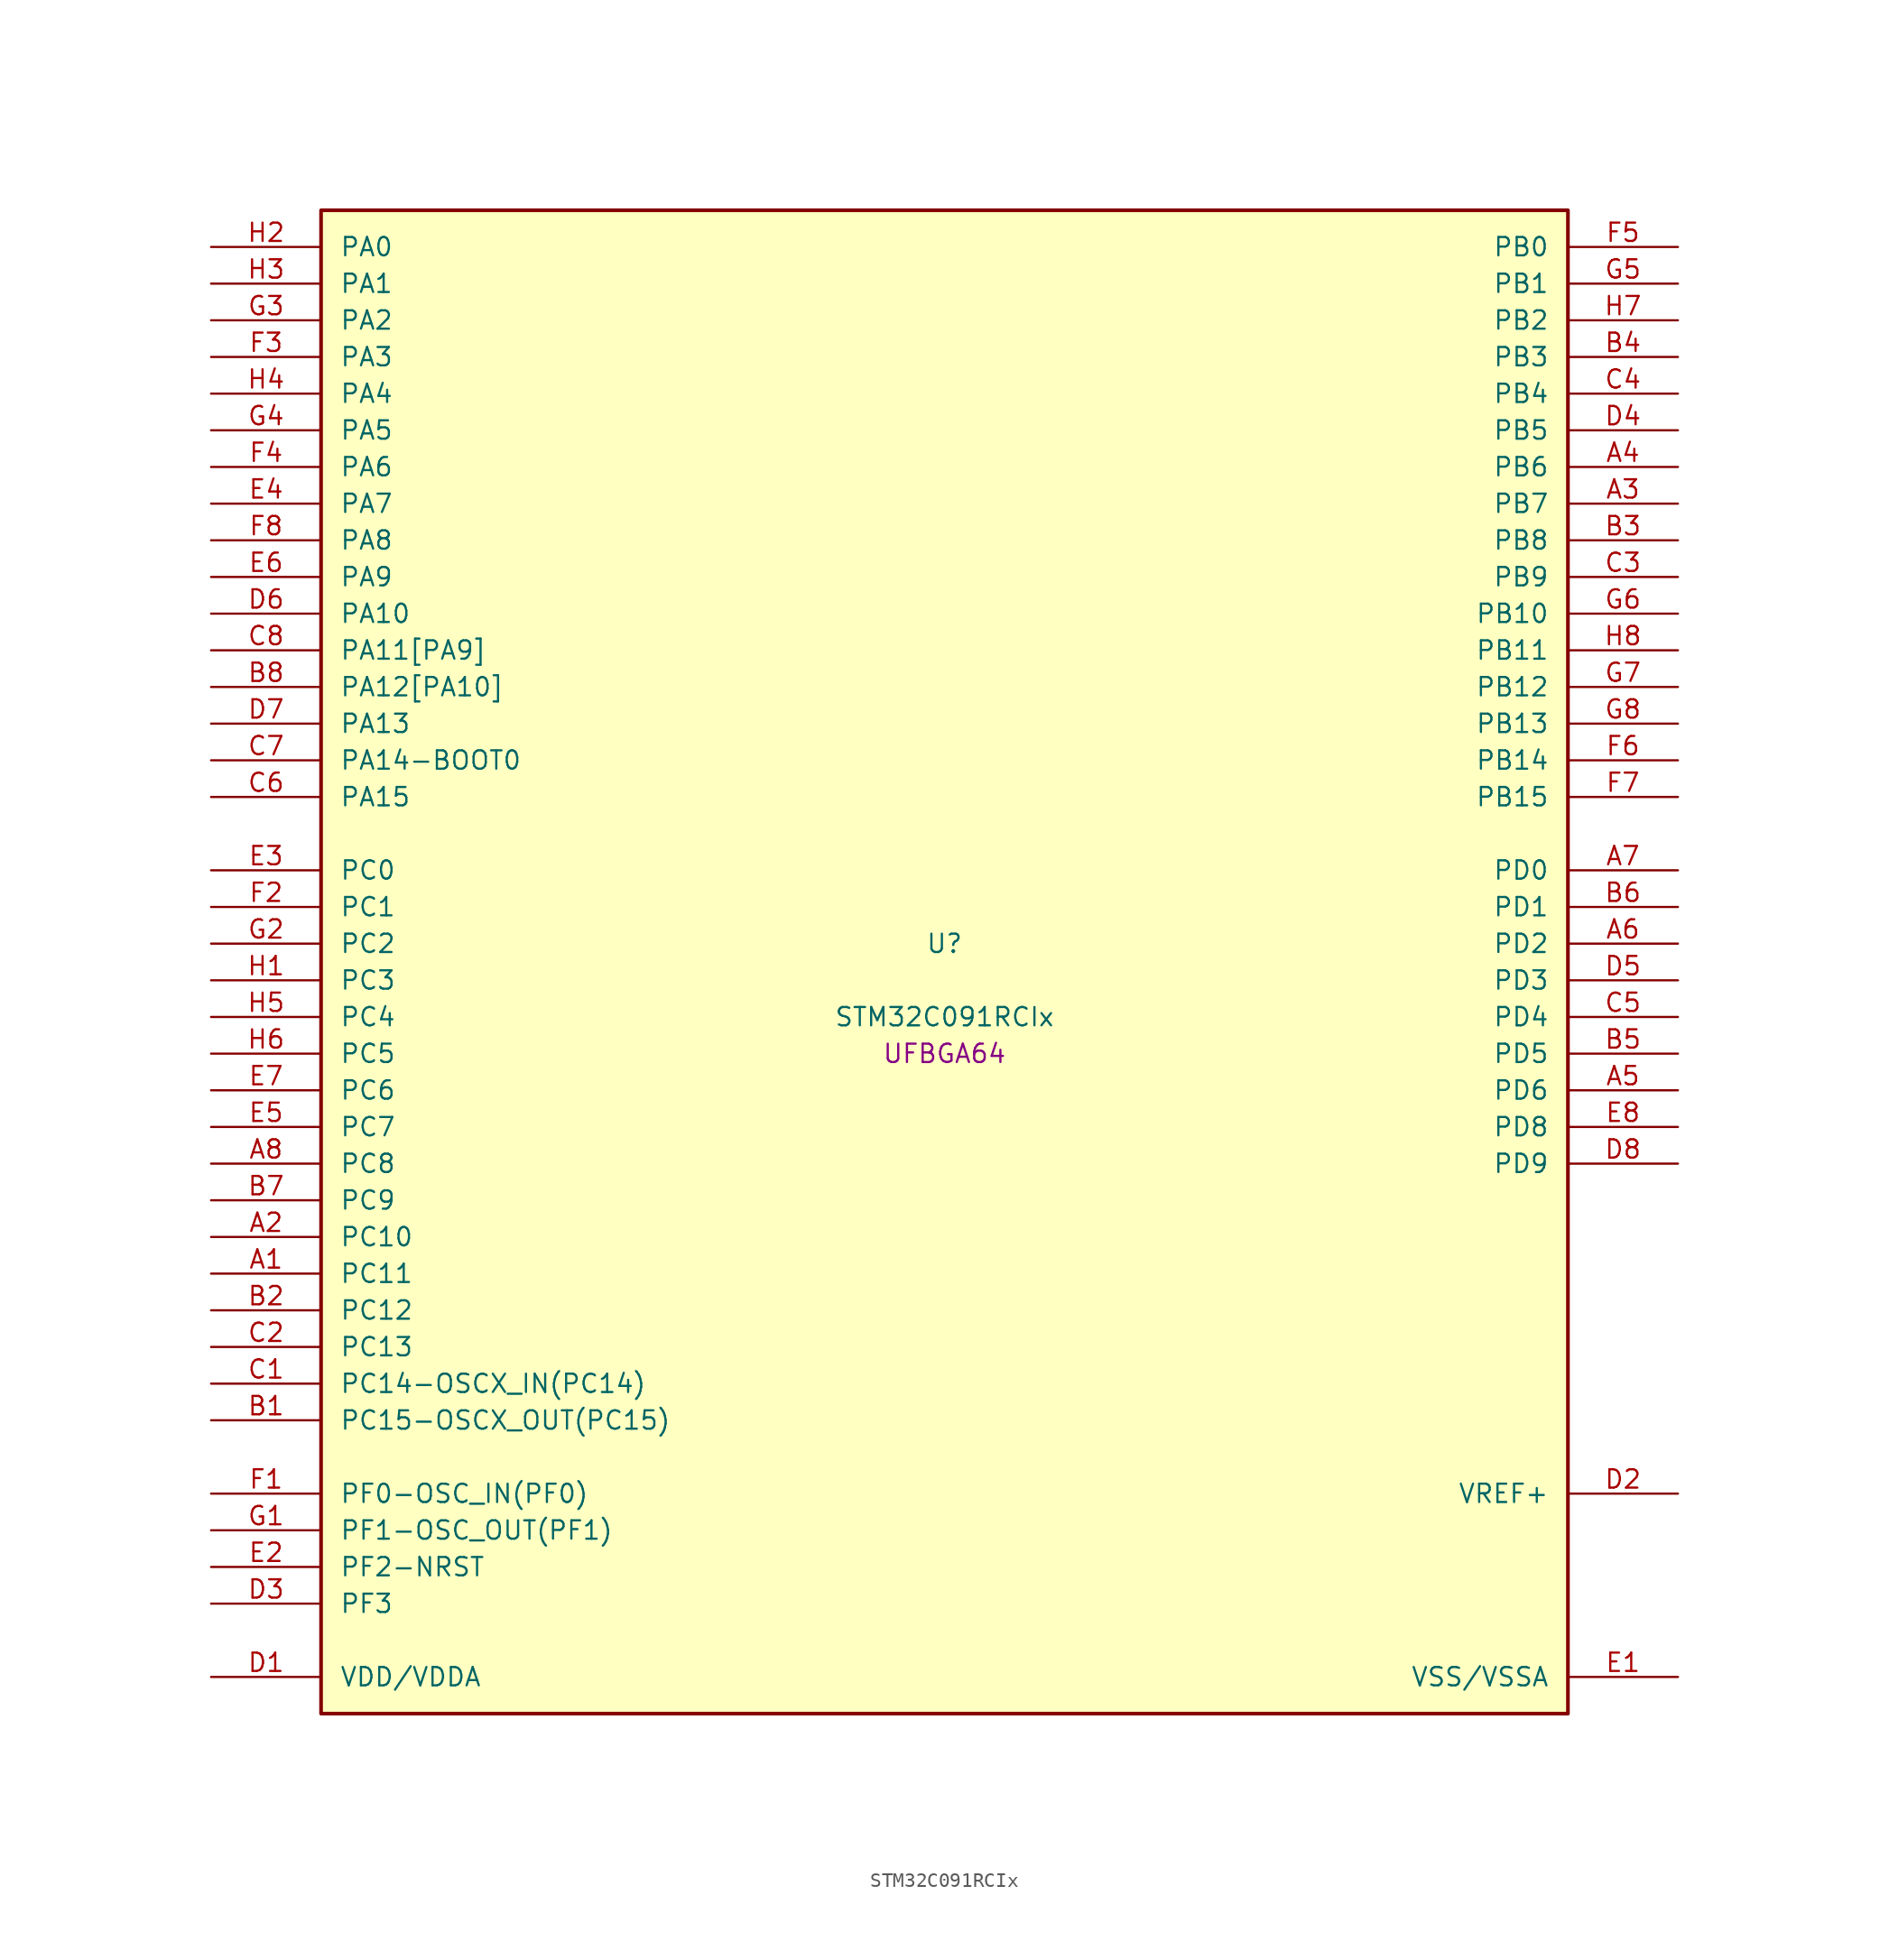
<source format=kicad_sym>
(kicad_symbol_lib
  (version 20241209)
  (generator "stm32_pkl_generator")
  (generator_version "1.0")
  (symbol "STM32C091RCIx"
    (pin_names
      (offset 1.27))
    (property "Reference" "U"
      (at 0 2.54 0))
    (property "Value" "STM32C091RCIx"
      (at 0 -2.54 0))
    (property "Footprint" "UFBGA64"
      (at 0 -5.08 0))
    (symbol "STM32C091RCIx_1_1"
      (rectangle (start -43.18 53.34) (end 43.18 -50.8) (stroke (width 0.254) (type solid)) (fill (type background)))
      (pin bidirectional line (at -50.8 50.8 0) (length 7.62) (name "PA0") (number "H2") (alternate "PA0/ADC1_IN0" bidirectional line) (alternate "PA0/PWR_WKUP1" bidirectional line) (alternate "PA0/SPI2_SCK" bidirectional line) (alternate "PA0/TIM16_CH1" bidirectional line) (alternate "PA0/TIM1_CH1" bidirectional line) (alternate "PA0/TIM2_CH1" bidirectional line) (alternate "PA0/TIM2_ETR" bidirectional line) (alternate "PA0/USART1_TX" bidirectional line) (alternate "PA0/USART2_CTS" bidirectional line) (alternate "PA0/USART2_NSS" bidirectional line) (alternate "PA0/USART4_TX" bidirectional line))
      (pin bidirectional line (at -50.8 48.26 0) (length 7.62) (name "PA1") (number "H3") (alternate "PA1/ADC1_IN1" bidirectional line) (alternate "PA1/I2C1_SMBA" bidirectional line) (alternate "PA1/I2S1_CK" bidirectional line) (alternate "PA1/SPI1_SCK" bidirectional line) (alternate "PA1/TIM15_CH1N" bidirectional line) (alternate "PA1/TIM17_CH1" bidirectional line) (alternate "PA1/TIM1_CH2" bidirectional line) (alternate "PA1/TIM2_CH2" bidirectional line) (alternate "PA1/USART1_RX" bidirectional line) (alternate "PA1/USART2_CK" bidirectional line) (alternate "PA1/USART2_DE" bidirectional line) (alternate "PA1/USART2_RTS" bidirectional line) (alternate "PA1/USART4_RX" bidirectional line))
      (pin bidirectional line (at -50.8 45.72 0) (length 7.62) (name "PA2") (number "G3") (alternate "PA2/ADC1_IN2" bidirectional line) (alternate "PA2/I2S1_SD" bidirectional line) (alternate "PA2/PWR_WKUP4" bidirectional line) (alternate "PA2/RCC_LSCO" bidirectional line) (alternate "PA2/SPI1_MOSI" bidirectional line) (alternate "PA2/TIM15_CH1" bidirectional line) (alternate "PA2/TIM16_CH1N" bidirectional line) (alternate "PA2/TIM1_CH3" bidirectional line) (alternate "PA2/TIM2_CH3" bidirectional line) (alternate "PA2/TIM3_ETR" bidirectional line) (alternate "PA2/USART2_TX" bidirectional line))
      (pin bidirectional line (at -50.8 43.18 0) (length 7.62) (name "PA3") (number "F3") (alternate "PA3/ADC1_IN3" bidirectional line) (alternate "PA3/SPI2_MISO" bidirectional line) (alternate "PA3/TIM15_CH2" bidirectional line) (alternate "PA3/TIM1_CH1N" bidirectional line) (alternate "PA3/TIM1_CH4" bidirectional line) (alternate "PA3/TIM2_CH4" bidirectional line) (alternate "PA3/USART2_RX" bidirectional line))
      (pin bidirectional line (at -50.8 40.64 0) (length 7.62) (name "PA4") (number "H4") (alternate "PA4/ADC1_IN4" bidirectional line) (alternate "PA4/I2S1_WS" bidirectional line) (alternate "PA4/RTC_OUT2" bidirectional line) (alternate "PA4/SPI1_NSS" bidirectional line) (alternate "PA4/SPI2_MOSI" bidirectional line) (alternate "PA4/TIM14_CH1" bidirectional line) (alternate "PA4/TIM17_CH1N" bidirectional line) (alternate "PA4/TIM1_CH2N" bidirectional line) (alternate "PA4/USART2_TX" bidirectional line))
      (pin bidirectional line (at -50.8 38.1 0) (length 7.62) (name "PA5") (number "G4") (alternate "PA5/ADC1_IN5" bidirectional line) (alternate "PA5/I2S1_CK" bidirectional line) (alternate "PA5/SPI1_SCK" bidirectional line) (alternate "PA5/TIM1_CH1" bidirectional line) (alternate "PA5/TIM1_CH3N" bidirectional line) (alternate "PA5/TIM2_CH1" bidirectional line) (alternate "PA5/TIM2_ETR" bidirectional line) (alternate "PA5/USART2_RX" bidirectional line) (alternate "PA5/USART3_TX" bidirectional line))
      (pin bidirectional line (at -50.8 35.56 0) (length 7.62) (name "PA6") (number "F4") (alternate "PA6/ADC1_IN6" bidirectional line) (alternate "PA6/I2C2_SDA" bidirectional line) (alternate "PA6/I2S1_MCK" bidirectional line) (alternate "PA6/SPI1_MISO" bidirectional line) (alternate "PA6/TIM16_CH1" bidirectional line) (alternate "PA6/TIM1_BKIN" bidirectional line) (alternate "PA6/TIM3_CH1" bidirectional line) (alternate "PA6/USART3_CTS" bidirectional line) (alternate "PA6/USART3_NSS" bidirectional line))
      (pin bidirectional line (at -50.8 33.02 0) (length 7.62) (name "PA7") (number "E4") (alternate "PA7/ADC1_IN7" bidirectional line) (alternate "PA7/I2C2_SCL" bidirectional line) (alternate "PA7/I2S1_SD" bidirectional line) (alternate "PA7/SPI1_MOSI" bidirectional line) (alternate "PA7/TIM14_CH1" bidirectional line) (alternate "PA7/TIM17_CH1" bidirectional line) (alternate "PA7/TIM1_CH1N" bidirectional line) (alternate "PA7/TIM3_CH2" bidirectional line))
      (pin bidirectional line (at -50.8 30.48 0) (length 7.62) (name "PA8") (number "F8") (alternate "PA8/ADC1_IN8" bidirectional line) (alternate "PA8/I2S1_WS" bidirectional line) (alternate "PA8/RCC_MCO" bidirectional line) (alternate "PA8/RCC_MCO_2" bidirectional line) (alternate "PA8/SPI1_NSS" bidirectional line) (alternate "PA8/SPI2_MISO" bidirectional line) (alternate "PA8/SPI2_NSS" bidirectional line) (alternate "PA8/TIM14_CH1" bidirectional line) (alternate "PA8/TIM1_CH1" bidirectional line) (alternate "PA8/TIM1_CH2N" bidirectional line) (alternate "PA8/TIM1_CH3N" bidirectional line) (alternate "PA8/TIM3_CH3" bidirectional line) (alternate "PA8/TIM3_CH4" bidirectional line) (alternate "PA8/USART1_RX" bidirectional line) (alternate "PA8/USART2_TX" bidirectional line))
      (pin bidirectional line (at -50.8 27.94 0) (length 7.62) (name "PA9") (number "E6") (alternate "PA9/I2C1_SCL" bidirectional line) (alternate "PA9/I2C2_SCL" bidirectional line) (alternate "PA9/RCC_MCO" bidirectional line) (alternate "PA9/SPI2_MISO" bidirectional line) (alternate "PA9/TIM15_BKIN" bidirectional line) (alternate "PA9/TIM1_CH2" bidirectional line) (alternate "PA9/TIM3_ETR" bidirectional line) (alternate "PA9/USART1_TX" bidirectional line) (alternate "PA9/NC" bidirectional line))
      (pin bidirectional line (at -50.8 25.4 0) (length 7.62) (name "PA10") (number "D6") (alternate "PA10/I2C1_SDA" bidirectional line) (alternate "PA10/I2C2_SDA" bidirectional line) (alternate "PA10/RCC_MCO_2" bidirectional line) (alternate "PA10/SPI2_MOSI" bidirectional line) (alternate "PA10/TIM17_BKIN" bidirectional line) (alternate "PA10/TIM1_CH3" bidirectional line) (alternate "PA10/USART1_RX" bidirectional line) (alternate "PA10/NC" bidirectional line))
      (pin bidirectional line (at -50.8 22.86 0) (length 7.62) (name "PA11[PA9]") (number "C8") (alternate "PA11[PA9]/ADC1_EXTI11" bidirectional line) (alternate "PA11[PA9]/I2C2_SCL" bidirectional line) (alternate "PA11[PA9]/I2S1_MCK" bidirectional line) (alternate "PA11[PA9]/SPI1_MISO" bidirectional line) (alternate "PA11[PA9]/TIM1_BKIN2" bidirectional line) (alternate "PA11[PA9]/TIM1_CH4" bidirectional line) (alternate "PA11[PA9]/USART1_CTS" bidirectional line) (alternate "PA11[PA9]/USART1_NSS" bidirectional line) (alternate "PA11[PA9]/PA9[PA11]" bidirectional line) (alternate "PA11[PA9]/I2C1_SCL" bidirectional line) (alternate "PA11[PA9]/RCC_MCO" bidirectional line) (alternate "PA11[PA9]/SPI2_MISO" bidirectional line) (alternate "PA11[PA9]/TIM15_BKIN" bidirectional line) (alternate "PA11[PA9]/TIM1_CH2" bidirectional line) (alternate "PA11[PA9]/TIM3_ETR" bidirectional line) (alternate "PA11[PA9]/USART1_TX" bidirectional line))
      (pin bidirectional line (at -50.8 20.32 0) (length 7.62) (name "PA12[PA10]") (number "B8") (alternate "PA12[PA10]/I2C2_SDA" bidirectional line) (alternate "PA12[PA10]/I2S1_SD" bidirectional line) (alternate "PA12[PA10]/I2S_CKIN" bidirectional line) (alternate "PA12[PA10]/SPI1_MOSI" bidirectional line) (alternate "PA12[PA10]/TIM1_ETR" bidirectional line) (alternate "PA12[PA10]/USART1_CK" bidirectional line) (alternate "PA12[PA10]/USART1_DE" bidirectional line) (alternate "PA12[PA10]/USART1_RTS" bidirectional line) (alternate "PA12[PA10]/PA10[PA12]" bidirectional line) (alternate "PA12[PA10]/I2C1_SDA" bidirectional line) (alternate "PA12[PA10]/RCC_MCO_2" bidirectional line) (alternate "PA12[PA10]/SPI2_MOSI" bidirectional line) (alternate "PA12[PA10]/TIM17_BKIN" bidirectional line) (alternate "PA12[PA10]/TIM1_CH3" bidirectional line) (alternate "PA12[PA10]/USART1_RX" bidirectional line))
      (pin bidirectional line (at -50.8 17.78 0) (length 7.62) (name "PA13") (number "D7") (alternate "PA13/ADC1_IN13" bidirectional line) (alternate "PA13/DEBUG_SWDIO" bidirectional line) (alternate "PA13/IR_OUT" bidirectional line) (alternate "PA13/TIM3_ETR" bidirectional line) (alternate "PA13/USART2_RX" bidirectional line))
      (pin bidirectional line (at -50.8 15.24 0) (length 7.62) (name "PA14-BOOT0") (number "C7") (alternate "PA14-BOOT0/ADC1_IN14" bidirectional line) (alternate "PA14-BOOT0/BOOT0" bidirectional line) (alternate "PA14-BOOT0/DEBUG_SWCLK" bidirectional line) (alternate "PA14-BOOT0/I2S1_WS" bidirectional line) (alternate "PA14-BOOT0/RCC_MCO_2" bidirectional line) (alternate "PA14-BOOT0/SPI1_NSS" bidirectional line) (alternate "PA14-BOOT0/TIM1_CH1" bidirectional line) (alternate "PA14-BOOT0/USART1_CK" bidirectional line) (alternate "PA14-BOOT0/USART1_DE" bidirectional line) (alternate "PA14-BOOT0/USART1_RTS" bidirectional line) (alternate "PA14-BOOT0/USART2_RX" bidirectional line) (alternate "PA14-BOOT0/USART2_TX" bidirectional line))
      (pin bidirectional line (at -50.8 12.7 0) (length 7.62) (name "PA15") (number "C6") (alternate "PA15/I2S1_WS" bidirectional line) (alternate "PA15/RCC_MCO_2" bidirectional line) (alternate "PA15/SPI1_NSS" bidirectional line) (alternate "PA15/TIM1_CH1" bidirectional line) (alternate "PA15/TIM2_CH1" bidirectional line) (alternate "PA15/TIM2_ETR" bidirectional line) (alternate "PA15/USART1_CK" bidirectional line) (alternate "PA15/USART1_DE" bidirectional line) (alternate "PA15/USART1_RTS" bidirectional line) (alternate "PA15/USART2_RX" bidirectional line) (alternate "PA15/USART3_CK" bidirectional line) (alternate "PA15/USART3_DE" bidirectional line) (alternate "PA15/USART3_RTS" bidirectional line) (alternate "PA15/USART4_CK" bidirectional line) (alternate "PA15/USART4_DE" bidirectional line) (alternate "PA15/USART4_RTS" bidirectional line))
      (pin bidirectional line (at 50.8 50.8 180) (length 7.62) (name "PB0") (number "F5") (alternate "PB0/ADC1_IN17" bidirectional line) (alternate "PB0/I2S1_WS" bidirectional line) (alternate "PB0/SPI1_NSS" bidirectional line) (alternate "PB0/TIM1_CH2N" bidirectional line) (alternate "PB0/TIM3_CH3" bidirectional line) (alternate "PB0/USART3_RX" bidirectional line))
      (pin bidirectional line (at 50.8 48.26 180) (length 7.62) (name "PB1") (number "G5") (alternate "PB1/ADC1_IN18" bidirectional line) (alternate "PB1/TIM14_CH1" bidirectional line) (alternate "PB1/TIM1_CH2N" bidirectional line) (alternate "PB1/TIM1_CH3N" bidirectional line) (alternate "PB1/TIM3_CH4" bidirectional line) (alternate "PB1/USART3_CK" bidirectional line) (alternate "PB1/USART3_DE" bidirectional line) (alternate "PB1/USART3_RTS" bidirectional line))
      (pin bidirectional line (at 50.8 45.72 180) (length 7.62) (name "PB2") (number "H7") (alternate "PB2/ADC1_IN19" bidirectional line) (alternate "PB2/RCC_MCO_2" bidirectional line) (alternate "PB2/SPI2_MISO" bidirectional line) (alternate "PB2/USART1_RX" bidirectional line) (alternate "PB2/USART3_TX" bidirectional line))
      (pin bidirectional line (at 50.8 43.18 180) (length 7.62) (name "PB3") (number "B4") (alternate "PB3/I2C2_SCL" bidirectional line) (alternate "PB3/I2S1_CK" bidirectional line) (alternate "PB3/SPI1_SCK" bidirectional line) (alternate "PB3/TIM1_CH2" bidirectional line) (alternate "PB3/TIM2_CH2" bidirectional line) (alternate "PB3/TIM3_CH2" bidirectional line) (alternate "PB3/USART1_CK" bidirectional line) (alternate "PB3/USART1_DE" bidirectional line) (alternate "PB3/USART1_RTS" bidirectional line))
      (pin bidirectional line (at 50.8 40.64 180) (length 7.62) (name "PB4") (number "C4") (alternate "PB4/I2C2_SDA" bidirectional line) (alternate "PB4/I2S1_MCK" bidirectional line) (alternate "PB4/SPI1_MISO" bidirectional line) (alternate "PB4/TIM17_BKIN" bidirectional line) (alternate "PB4/TIM3_CH1" bidirectional line) (alternate "PB4/USART1_CTS" bidirectional line) (alternate "PB4/USART1_NSS" bidirectional line))
      (pin bidirectional line (at 50.8 38.1 180) (length 7.62) (name "PB5") (number "D4") (alternate "PB5/I2C1_SMBA" bidirectional line) (alternate "PB5/I2S1_SD" bidirectional line) (alternate "PB5/PWR_WKUP6" bidirectional line) (alternate "PB5/SPI1_MOSI" bidirectional line) (alternate "PB5/TIM16_BKIN" bidirectional line) (alternate "PB5/TIM3_CH2" bidirectional line) (alternate "PB5/TIM3_CH3" bidirectional line))
      (pin bidirectional line (at 50.8 35.56 180) (length 7.62) (name "PB6") (number "A4") (alternate "PB6/I2C1_SCL" bidirectional line) (alternate "PB6/I2C1_SMBA" bidirectional line) (alternate "PB6/I2S1_CK" bidirectional line) (alternate "PB6/I2S1_MCK" bidirectional line) (alternate "PB6/I2S1_SD" bidirectional line) (alternate "PB6/PWR_WKUP3" bidirectional line) (alternate "PB6/SPI1_MISO" bidirectional line) (alternate "PB6/SPI1_MOSI" bidirectional line) (alternate "PB6/SPI1_SCK" bidirectional line) (alternate "PB6/SPI2_MISO" bidirectional line) (alternate "PB6/TIM16_BKIN" bidirectional line) (alternate "PB6/TIM16_CH1N" bidirectional line) (alternate "PB6/TIM1_CH2" bidirectional line) (alternate "PB6/TIM1_CH3" bidirectional line) (alternate "PB6/TIM3_CH1" bidirectional line) (alternate "PB6/TIM3_CH2" bidirectional line) (alternate "PB6/TIM3_CH3" bidirectional line) (alternate "PB6/USART1_CTS" bidirectional line) (alternate "PB6/USART1_NSS" bidirectional line) (alternate "PB6/USART1_TX" bidirectional line))
      (pin bidirectional line (at 50.8 33.02 180) (length 7.62) (name "PB7") (number "A3") (alternate "PB7/I2C1_SCL" bidirectional line) (alternate "PB7/I2C1_SDA" bidirectional line) (alternate "PB7/SPI2_MOSI" bidirectional line) (alternate "PB7/TIM16_CH1" bidirectional line) (alternate "PB7/TIM17_CH1N" bidirectional line) (alternate "PB7/TIM1_CH4" bidirectional line) (alternate "PB7/TIM3_CH1" bidirectional line) (alternate "PB7/TIM3_CH4" bidirectional line) (alternate "PB7/USART1_RX" bidirectional line) (alternate "PB7/USART2_CTS" bidirectional line) (alternate "PB7/USART2_NSS" bidirectional line) (alternate "PB7/USART4_CTS" bidirectional line) (alternate "PB7/USART4_NSS" bidirectional line))
      (pin bidirectional line (at 50.8 30.48 180) (length 7.62) (name "PB8") (number "B3") (alternate "PB8/I2C1_SCL" bidirectional line) (alternate "PB8/SPI2_SCK" bidirectional line) (alternate "PB8/TIM15_BKIN" bidirectional line) (alternate "PB8/TIM16_CH1" bidirectional line) (alternate "PB8/TIM3_CH1" bidirectional line) (alternate "PB8/USART2_CTS" bidirectional line) (alternate "PB8/USART2_NSS" bidirectional line) (alternate "PB8/USART3_TX" bidirectional line))
      (pin bidirectional line (at 50.8 27.94 180) (length 7.62) (name "PB9") (number "C3") (alternate "PB9/I2C1_SDA" bidirectional line) (alternate "PB9/IR_OUT" bidirectional line) (alternate "PB9/SPI2_NSS" bidirectional line) (alternate "PB9/TIM17_CH1" bidirectional line) (alternate "PB9/TIM3_CH2" bidirectional line) (alternate "PB9/USART2_CK" bidirectional line) (alternate "PB9/USART2_DE" bidirectional line) (alternate "PB9/USART2_RTS" bidirectional line) (alternate "PB9/USART3_RX" bidirectional line))
      (pin bidirectional line (at 50.8 25.4 180) (length 7.62) (name "PB10") (number "G6") (alternate "PB10/ADC1_IN20" bidirectional line) (alternate "PB10/I2C2_SCL" bidirectional line) (alternate "PB10/SPI2_SCK" bidirectional line) (alternate "PB10/TIM2_CH3" bidirectional line) (alternate "PB10/USART3_TX" bidirectional line))
      (pin bidirectional line (at 50.8 22.86 180) (length 7.62) (name "PB11") (number "H8") (alternate "PB11/ADC1_EXTI11" bidirectional line) (alternate "PB11/ADC1_IN21" bidirectional line) (alternate "PB11/I2C2_SDA" bidirectional line) (alternate "PB11/SPI2_MOSI" bidirectional line) (alternate "PB11/TIM2_CH4" bidirectional line) (alternate "PB11/USART3_RX" bidirectional line))
      (pin bidirectional line (at 50.8 20.32 180) (length 7.62) (name "PB12") (number "G7") (alternate "PB12/ADC1_IN22" bidirectional line) (alternate "PB12/SPI2_NSS" bidirectional line) (alternate "PB12/TIM15_BKIN" bidirectional line) (alternate "PB12/TIM1_BKIN" bidirectional line) (alternate "PB12/TIM1_BKIN2" bidirectional line))
      (pin bidirectional line (at 50.8 17.78 180) (length 7.62) (name "PB13") (number "G8") (alternate "PB13/I2C2_SCL" bidirectional line) (alternate "PB13/SPI2_SCK" bidirectional line) (alternate "PB13/TIM15_CH1N" bidirectional line) (alternate "PB13/TIM1_CH1N" bidirectional line) (alternate "PB13/USART3_CTS" bidirectional line) (alternate "PB13/USART3_NSS" bidirectional line))
      (pin bidirectional line (at 50.8 15.24 180) (length 7.62) (name "PB14") (number "F6") (alternate "PB14/I2C2_SDA" bidirectional line) (alternate "PB14/SPI2_MISO" bidirectional line) (alternate "PB14/TIM15_CH1" bidirectional line) (alternate "PB14/TIM1_CH2N" bidirectional line) (alternate "PB14/USART3_CK" bidirectional line) (alternate "PB14/USART3_DE" bidirectional line) (alternate "PB14/USART3_RTS" bidirectional line))
      (pin bidirectional line (at 50.8 12.7 180) (length 7.62) (name "PB15") (number "F7") (alternate "PB15/RTC_REFIN" bidirectional line) (alternate "PB15/SPI2_MOSI" bidirectional line) (alternate "PB15/TIM15_CH1N" bidirectional line) (alternate "PB15/TIM15_CH2" bidirectional line) (alternate "PB15/TIM1_CH3N" bidirectional line))
      (pin bidirectional line (at -50.8 7.62 0) (length 7.62) (name "PC0") (number "E3") (alternate "PC0/USART3_TX" bidirectional line) (alternate "PC0/USART4_RX" bidirectional line))
      (pin bidirectional line (at -50.8 5.08 0) (length 7.62) (name "PC1") (number "F2") (alternate "PC1/TIM15_CH1" bidirectional line) (alternate "PC1/USART3_RX" bidirectional line) (alternate "PC1/USART4_TX" bidirectional line))
      (pin bidirectional line (at -50.8 2.54 0) (length 7.62) (name "PC2") (number "G2") (alternate "PC2/SPI2_MISO" bidirectional line) (alternate "PC2/TIM15_CH2" bidirectional line))
      (pin bidirectional line (at -50.8 0 0) (length 7.62) (name "PC3") (number "H1") (alternate "PC3/SPI2_MOSI" bidirectional line))
      (pin bidirectional line (at -50.8 -2.54 0) (length 7.62) (name "PC4") (number "H5") (alternate "PC4/ADC1_IN11" bidirectional line) (alternate "PC4/TIM2_CH1" bidirectional line) (alternate "PC4/TIM2_ETR" bidirectional line) (alternate "PC4/USART1_TX" bidirectional line) (alternate "PC4/USART3_TX" bidirectional line))
      (pin bidirectional line (at -50.8 -5.08 0) (length 7.62) (name "PC5") (number "H6") (alternate "PC5/ADC1_IN12" bidirectional line) (alternate "PC5/PWR_WKUP5" bidirectional line) (alternate "PC5/TIM2_CH2" bidirectional line) (alternate "PC5/USART1_RX" bidirectional line) (alternate "PC5/USART3_RX" bidirectional line))
      (pin bidirectional line (at -50.8 -7.62 0) (length 7.62) (name "PC6") (number "E7") (alternate "PC6/TIM2_CH3" bidirectional line) (alternate "PC6/TIM3_CH1" bidirectional line))
      (pin bidirectional line (at -50.8 -10.16 0) (length 7.62) (name "PC7") (number "E5") (alternate "PC7/TIM2_CH4" bidirectional line) (alternate "PC7/TIM3_CH2" bidirectional line))
      (pin bidirectional line (at -50.8 -12.7 0) (length 7.62) (name "PC8") (number "A8") (alternate "PC8/TIM1_CH1" bidirectional line) (alternate "PC8/TIM3_CH3" bidirectional line))
      (pin bidirectional line (at -50.8 -15.24 0) (length 7.62) (name "PC9") (number "B7") (alternate "PC9/I2S_CKIN" bidirectional line) (alternate "PC9/TIM1_CH2" bidirectional line) (alternate "PC9/TIM3_CH4" bidirectional line))
      (pin bidirectional line (at -50.8 -17.78 0) (length 7.62) (name "PC10") (number "A2") (alternate "PC10/TIM1_CH3" bidirectional line) (alternate "PC10/USART3_TX" bidirectional line) (alternate "PC10/USART4_TX" bidirectional line))
      (pin bidirectional line (at -50.8 -20.32 0) (length 7.62) (name "PC11") (number "A1") (alternate "PC11/ADC1_EXTI11" bidirectional line) (alternate "PC11/TIM1_CH4" bidirectional line) (alternate "PC11/USART3_RX" bidirectional line) (alternate "PC11/USART4_RX" bidirectional line))
      (pin bidirectional line (at -50.8 -22.86 0) (length 7.62) (name "PC12") (number "B2") (alternate "PC12/TIM14_CH1" bidirectional line))
      (pin bidirectional line (at -50.8 -25.4 0) (length 7.62) (name "PC13") (number "C2") (alternate "PC13/PWR_WKUP2" bidirectional line) (alternate "PC13/RTC_OUT1" bidirectional line) (alternate "PC13/RTC_TS" bidirectional line) (alternate "PC13/TIM1_BKIN" bidirectional line) (alternate "PC13/TIM1_ETR" bidirectional line))
      (pin bidirectional line (at -50.8 -27.94 0) (length 7.62) (name "PC14-OSCX_IN(PC14)") (number "C1") (alternate "PC14-OSCX_IN(PC14)/I2C1_SDA" bidirectional line) (alternate "PC14-OSCX_IN(PC14)/IR_OUT" bidirectional line) (alternate "PC14-OSCX_IN(PC14)/RCC_OSCX_IN" bidirectional line) (alternate "PC14-OSCX_IN(PC14)/SPI2_NSS" bidirectional line) (alternate "PC14-OSCX_IN(PC14)/TIM17_CH1" bidirectional line) (alternate "PC14-OSCX_IN(PC14)/TIM1_BKIN2" bidirectional line) (alternate "PC14-OSCX_IN(PC14)/TIM1_ETR" bidirectional line) (alternate "PC14-OSCX_IN(PC14)/TIM3_CH2" bidirectional line) (alternate "PC14-OSCX_IN(PC14)/USART1_TX" bidirectional line) (alternate "PC14-OSCX_IN(PC14)/USART2_CK" bidirectional line) (alternate "PC14-OSCX_IN(PC14)/USART2_DE" bidirectional line) (alternate "PC14-OSCX_IN(PC14)/USART2_RTS" bidirectional line) (alternate "PC14-OSCX_IN(PC14)/USART3_TX" bidirectional line))
      (pin bidirectional line (at -50.8 -30.48 0) (length 7.62) (name "PC15-OSCX_OUT(PC15)") (number "B1") (alternate "PC15-OSCX_OUT(PC15)/RCC_OSC32_EN" bidirectional line) (alternate "PC15-OSCX_OUT(PC15)/RCC_OSCX_OUT" bidirectional line) (alternate "PC15-OSCX_OUT(PC15)/RCC_OSC_EN" bidirectional line) (alternate "PC15-OSCX_OUT(PC15)/TIM15_BKIN" bidirectional line) (alternate "PC15-OSCX_OUT(PC15)/TIM1_ETR" bidirectional line) (alternate "PC15-OSCX_OUT(PC15)/TIM3_CH3" bidirectional line))
      (pin bidirectional line (at 50.8 7.62 180) (length 7.62) (name "PD0") (number "A7") (alternate "PD0/SPI2_NSS" bidirectional line) (alternate "PD0/TIM16_CH1" bidirectional line))
      (pin bidirectional line (at 50.8 5.08 180) (length 7.62) (name "PD1") (number "B6") (alternate "PD1/SPI2_SCK" bidirectional line) (alternate "PD1/TIM17_CH1" bidirectional line))
      (pin bidirectional line (at 50.8 2.54 180) (length 7.62) (name "PD2") (number "A6") (alternate "PD2/TIM1_CH1N" bidirectional line) (alternate "PD2/TIM3_ETR" bidirectional line) (alternate "PD2/USART3_CK" bidirectional line) (alternate "PD2/USART3_DE" bidirectional line) (alternate "PD2/USART3_RTS" bidirectional line))
      (pin bidirectional line (at 50.8 0 180) (length 7.62) (name "PD3") (number "D5") (alternate "PD3/SPI2_MISO" bidirectional line) (alternate "PD3/TIM1_CH2N" bidirectional line) (alternate "PD3/USART2_CTS" bidirectional line) (alternate "PD3/USART2_NSS" bidirectional line))
      (pin bidirectional line (at 50.8 -2.54 180) (length 7.62) (name "PD4") (number "C5") (alternate "PD4/SPI2_MOSI" bidirectional line) (alternate "PD4/TIM1_CH3N" bidirectional line) (alternate "PD4/USART2_CK" bidirectional line) (alternate "PD4/USART2_DE" bidirectional line) (alternate "PD4/USART2_RTS" bidirectional line))
      (pin bidirectional line (at 50.8 -5.08 180) (length 7.62) (name "PD5") (number "B5") (alternate "PD5/I2S1_MCK" bidirectional line) (alternate "PD5/SPI1_MISO" bidirectional line) (alternate "PD5/TIM1_BKIN" bidirectional line) (alternate "PD5/USART2_TX" bidirectional line))
      (pin bidirectional line (at 50.8 -7.62 180) (length 7.62) (name "PD6") (number "A5") (alternate "PD6/I2S1_SD" bidirectional line) (alternate "PD6/SPI1_MOSI" bidirectional line) (alternate "PD6/USART2_RX" bidirectional line))
      (pin bidirectional line (at 50.8 -10.16 180) (length 7.62) (name "PD8") (number "E8") (alternate "PD8/I2S1_CK" bidirectional line) (alternate "PD8/SPI1_SCK" bidirectional line) (alternate "PD8/USART3_TX" bidirectional line))
      (pin bidirectional line (at 50.8 -12.7 180) (length 7.62) (name "PD9") (number "D8") (alternate "PD9/I2S1_WS" bidirectional line) (alternate "PD9/SPI1_NSS" bidirectional line) (alternate "PD9/TIM1_BKIN2" bidirectional line) (alternate "PD9/USART3_RX" bidirectional line))
      (pin bidirectional line (at -50.8 -35.56 0) (length 7.62) (name "PF0-OSC_IN(PF0)") (number "F1") (alternate "PF0-OSC_IN(PF0)/RCC_OSC_IN" bidirectional line) (alternate "PF0-OSC_IN(PF0)/TIM14_CH1" bidirectional line))
      (pin bidirectional line (at -50.8 -38.1 0) (length 7.62) (name "PF1-OSC_OUT(PF1)") (number "G1") (alternate "PF1-OSC_OUT(PF1)/RCC_OSC_EN" bidirectional line) (alternate "PF1-OSC_OUT(PF1)/RCC_OSC_OUT" bidirectional line) (alternate "PF1-OSC_OUT(PF1)/TIM15_CH1N" bidirectional line))
      (pin bidirectional line (at -50.8 -40.64 0) (length 7.62) (name "PF2-NRST") (number "E2") (alternate "PF2-NRST/RCC_MCO" bidirectional line) (alternate "PF2-NRST/TIM1_CH4" bidirectional line))
      (pin bidirectional line (at -50.8 -43.18 0) (length 7.62) (name "PF3") (number "D3"))
      (pin bidirectional line (at 50.8 -35.56 180) (length 7.62) (name "VREF+") (number "D2"))
      (pin power_in line (at -50.8 -48.26 0) (length 7.62) (name "VDD/VDDA") (number "D1"))
      (pin power_in line (at 50.8 -48.26 180) (length 7.62) (name "VSS/VSSA") (number "E1")))))
</source>
